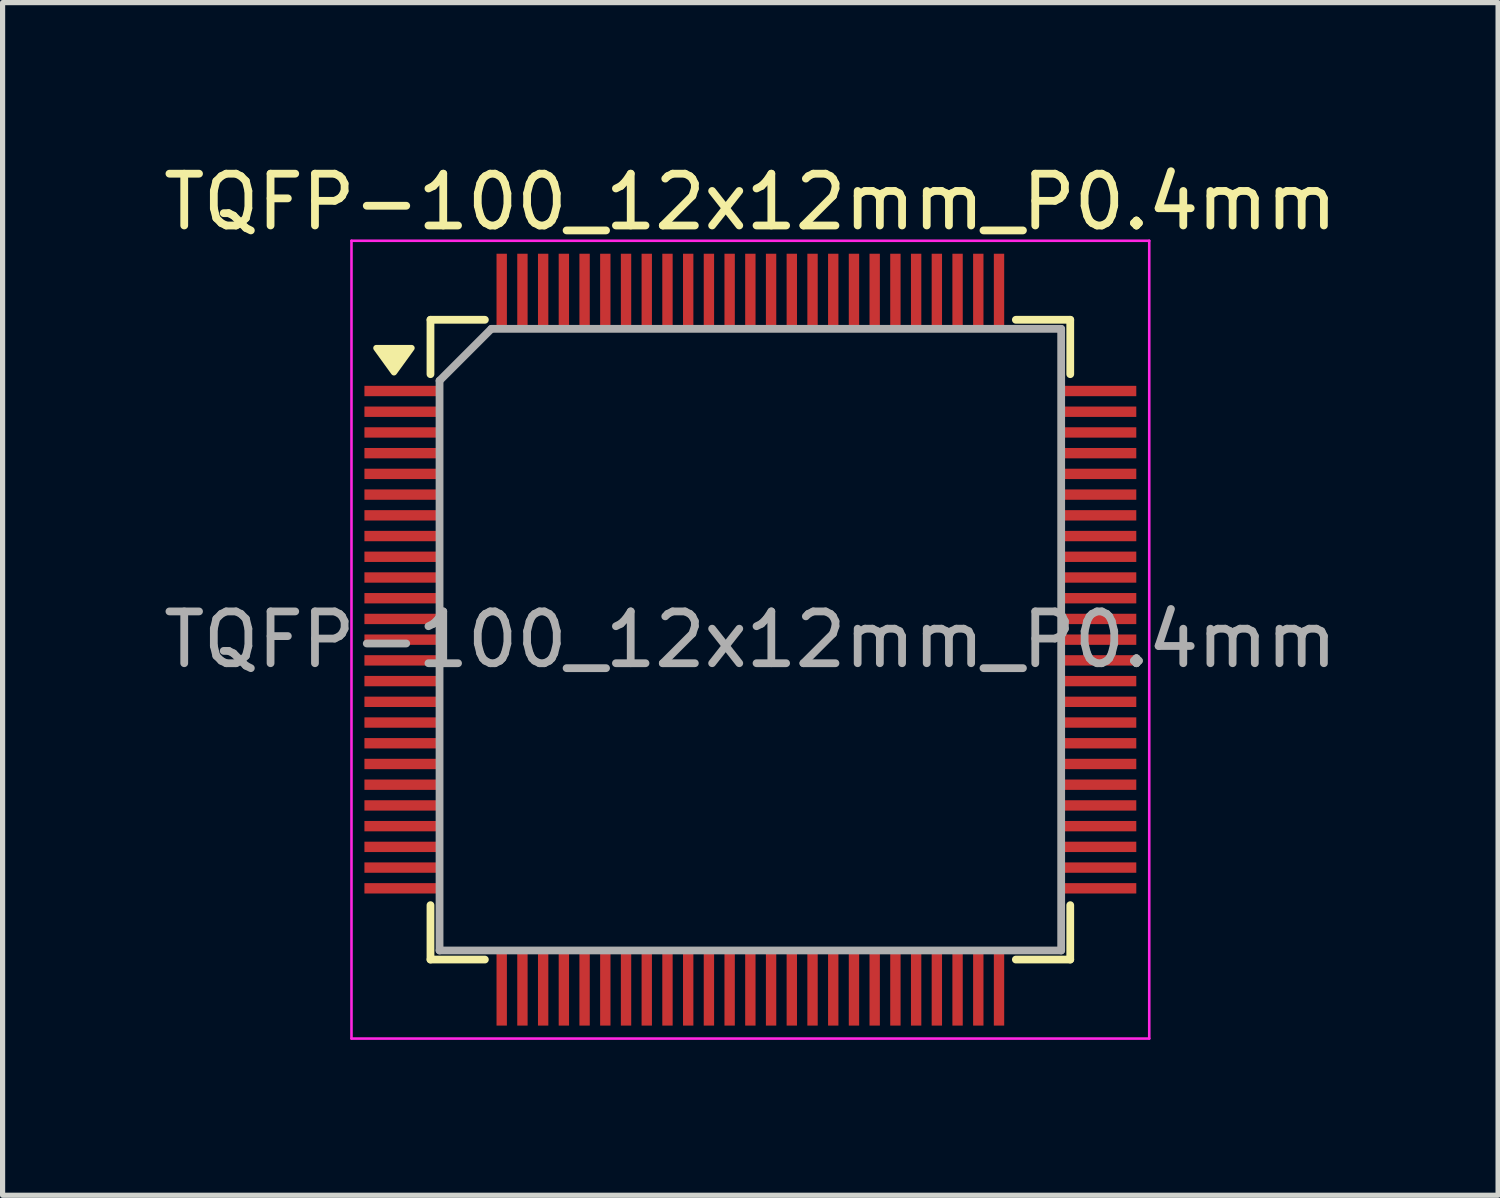
<source format=kicad_pcb>
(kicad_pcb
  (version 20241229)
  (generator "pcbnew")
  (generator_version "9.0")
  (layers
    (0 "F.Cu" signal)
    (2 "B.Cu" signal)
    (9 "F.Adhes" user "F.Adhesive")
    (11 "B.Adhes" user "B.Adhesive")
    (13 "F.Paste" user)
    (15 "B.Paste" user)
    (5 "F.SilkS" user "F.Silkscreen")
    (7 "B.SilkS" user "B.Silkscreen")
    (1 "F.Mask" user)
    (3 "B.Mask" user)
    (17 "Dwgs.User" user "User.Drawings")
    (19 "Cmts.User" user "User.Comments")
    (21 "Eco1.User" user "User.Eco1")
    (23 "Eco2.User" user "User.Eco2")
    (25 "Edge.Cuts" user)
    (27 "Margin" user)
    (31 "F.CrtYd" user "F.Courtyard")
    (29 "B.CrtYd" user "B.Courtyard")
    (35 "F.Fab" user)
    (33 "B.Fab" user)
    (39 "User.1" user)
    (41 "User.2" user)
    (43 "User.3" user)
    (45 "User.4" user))
  (footprint "TQFP-100_12x12mm_P0.4mm"
    (layer "F.Cu")
    (at 11.435 9.298)
    (property "Reference" "TQFP-100_12x12mm_P0.4mm" (at 0 -8.45 0) (layer "F.SilkS") (effects (font (size 1 1) (thickness 0.15))))
    (attr smd)
    (fp_line (start -6.175 -6.175) (end -5.125 -6.175) (stroke (width 0.15) (type solid)) (layer "F.SilkS"))
    (fp_line (start -6.175 -5.125) (end -6.175 -6.175) (stroke (width 0.15) (type solid)) (layer "F.SilkS"))
    (fp_line (start -6.175 6.175) (end -6.175 5.125) (stroke (width 0.15) (type solid)) (layer "F.SilkS"))
    (fp_line (start -6.175 6.175) (end -5.125 6.175) (stroke (width 0.15) (type solid)) (layer "F.SilkS"))
    (fp_line (start 6.175 -6.175) (end 5.125 -6.175) (stroke (width 0.15) (type solid)) (layer "F.SilkS"))
    (fp_line (start 6.175 -6.175) (end 6.175 -5.125) (stroke (width 0.15) (type solid)) (layer "F.SilkS"))
    (fp_line (start 6.175 6.175) (end 5.125 6.175) (stroke (width 0.15) (type solid)) (layer "F.SilkS"))
    (fp_line (start 6.175 6.175) (end 6.175 5.125) (stroke (width 0.15) (type solid)) (layer "F.SilkS"))
    (fp_poly (pts (xy -6.88 -5.16) (xy -7.22 -5.63) (xy -6.54 -5.63) (xy -6.88 -5.16)) (stroke (width 0.12) (type solid)) (fill yes) (layer "F.SilkS"))
    (fp_line (start -7.7 -7.7) (end -7.7 7.7) (stroke (width 0.05) (type solid)) (layer "F.CrtYd"))
    (fp_line (start -7.7 -7.7) (end 7.7 -7.7) (stroke (width 0.05) (type solid)) (layer "F.CrtYd"))
    (fp_line (start -7.7 7.7) (end 7.7 7.7) (stroke (width 0.05) (type solid)) (layer "F.CrtYd"))
    (fp_line (start 7.7 -7.7) (end 7.7 7.7) (stroke (width 0.05) (type solid)) (layer "F.CrtYd"))
    (fp_line (start -6 -5) (end -5 -6) (stroke (width 0.15) (type solid)) (layer "F.Fab"))
    (fp_line (start -6 6) (end -6 -5) (stroke (width 0.15) (type solid)) (layer "F.Fab"))
    (fp_line (start -5 -6) (end 6 -6) (stroke (width 0.15) (type solid)) (layer "F.Fab"))
    (fp_line (start 6 -6) (end 6 6) (stroke (width 0.15) (type solid)) (layer "F.Fab"))
    (fp_line (start 6 6) (end -6 6) (stroke (width 0.15) (type solid)) (layer "F.Fab"))
    (fp_text user "${REFERENCE}" (at 0 0 0) (layer "F.Fab") (effects (font (size 1 1) (thickness 0.15))))
    (pad "1" smd rect (at -6.7 -4.8) (size 1.5 0.2) (layers "F.Cu" "F.Mask" "F.Paste"))
    (pad "2" smd rect (at -6.7 -4.4) (size 1.5 0.2) (layers "F.Cu" "F.Mask" "F.Paste"))
    (pad "3" smd rect (at -6.7 -4) (size 1.5 0.2) (layers "F.Cu" "F.Mask" "F.Paste"))
    (pad "4" smd rect (at -6.7 -3.6) (size 1.5 0.2) (layers "F.Cu" "F.Mask" "F.Paste"))
    (pad "5" smd rect (at -6.7 -3.2) (size 1.5 0.2) (layers "F.Cu" "F.Mask" "F.Paste"))
    (pad "6" smd rect (at -6.7 -2.8) (size 1.5 0.2) (layers "F.Cu" "F.Mask" "F.Paste"))
    (pad "7" smd rect (at -6.7 -2.4) (size 1.5 0.2) (layers "F.Cu" "F.Mask" "F.Paste"))
    (pad "8" smd rect (at -6.7 -2) (size 1.5 0.2) (layers "F.Cu" "F.Mask" "F.Paste"))
    (pad "9" smd rect (at -6.7 -1.6) (size 1.5 0.2) (layers "F.Cu" "F.Mask" "F.Paste"))
    (pad "10" smd rect (at -6.7 -1.2) (size 1.5 0.2) (layers "F.Cu" "F.Mask" "F.Paste"))
    (pad "11" smd rect (at -6.7 -0.8) (size 1.5 0.2) (layers "F.Cu" "F.Mask" "F.Paste"))
    (pad "12" smd rect (at -6.7 -0.4) (size 1.5 0.2) (layers "F.Cu" "F.Mask" "F.Paste"))
    (pad "13" smd rect (at -6.7 0) (size 1.5 0.2) (layers "F.Cu" "F.Mask" "F.Paste"))
    (pad "14" smd rect (at -6.7 0.4) (size 1.5 0.2) (layers "F.Cu" "F.Mask" "F.Paste"))
    (pad "15" smd rect (at -6.7 0.8) (size 1.5 0.2) (layers "F.Cu" "F.Mask" "F.Paste"))
    (pad "16" smd rect (at -6.7 1.2) (size 1.5 0.2) (layers "F.Cu" "F.Mask" "F.Paste"))
    (pad "17" smd rect (at -6.7 1.6) (size 1.5 0.2) (layers "F.Cu" "F.Mask" "F.Paste"))
    (pad "18" smd rect (at -6.7 2) (size 1.5 0.2) (layers "F.Cu" "F.Mask" "F.Paste"))
    (pad "19" smd rect (at -6.7 2.4) (size 1.5 0.2) (layers "F.Cu" "F.Mask" "F.Paste"))
    (pad "20" smd rect (at -6.7 2.8) (size 1.5 0.2) (layers "F.Cu" "F.Mask" "F.Paste"))
    (pad "21" smd rect (at -6.7 3.2) (size 1.5 0.2) (layers "F.Cu" "F.Mask" "F.Paste"))
    (pad "22" smd rect (at -6.7 3.6) (size 1.5 0.2) (layers "F.Cu" "F.Mask" "F.Paste"))
    (pad "23" smd rect (at -6.7 4) (size 1.5 0.2) (layers "F.Cu" "F.Mask" "F.Paste"))
    (pad "24" smd rect (at -6.7 4.4) (size 1.5 0.2) (layers "F.Cu" "F.Mask" "F.Paste"))
    (pad "25" smd rect (at -6.7 4.8) (size 1.5 0.2) (layers "F.Cu" "F.Mask" "F.Paste"))
    (pad "26" smd rect (at -4.8 6.7 90) (size 1.5 0.2) (layers "F.Cu" "F.Mask" "F.Paste"))
    (pad "27" smd rect (at -4.4 6.7 90) (size 1.5 0.2) (layers "F.Cu" "F.Mask" "F.Paste"))
    (pad "28" smd rect (at -4 6.7 90) (size 1.5 0.2) (layers "F.Cu" "F.Mask" "F.Paste"))
    (pad "29" smd rect (at -3.6 6.7 90) (size 1.5 0.2) (layers "F.Cu" "F.Mask" "F.Paste"))
    (pad "30" smd rect (at -3.2 6.7 90) (size 1.5 0.2) (layers "F.Cu" "F.Mask" "F.Paste"))
    (pad "31" smd rect (at -2.8 6.7 90) (size 1.5 0.2) (layers "F.Cu" "F.Mask" "F.Paste"))
    (pad "32" smd rect (at -2.4 6.7 90) (size 1.5 0.2) (layers "F.Cu" "F.Mask" "F.Paste"))
    (pad "33" smd rect (at -2 6.7 90) (size 1.5 0.2) (layers "F.Cu" "F.Mask" "F.Paste"))
    (pad "34" smd rect (at -1.6 6.7 90) (size 1.5 0.2) (layers "F.Cu" "F.Mask" "F.Paste"))
    (pad "35" smd rect (at -1.2 6.7 90) (size 1.5 0.2) (layers "F.Cu" "F.Mask" "F.Paste"))
    (pad "36" smd rect (at -0.8 6.7 90) (size 1.5 0.2) (layers "F.Cu" "F.Mask" "F.Paste"))
    (pad "37" smd rect (at -0.4 6.7 90) (size 1.5 0.2) (layers "F.Cu" "F.Mask" "F.Paste"))
    (pad "38" smd rect (at 0 6.7 90) (size 1.5 0.2) (layers "F.Cu" "F.Mask" "F.Paste"))
    (pad "39" smd rect (at 0.4 6.7 90) (size 1.5 0.2) (layers "F.Cu" "F.Mask" "F.Paste"))
    (pad "40" smd rect (at 0.8 6.7 90) (size 1.5 0.2) (layers "F.Cu" "F.Mask" "F.Paste"))
    (pad "41" smd rect (at 1.2 6.7 90) (size 1.5 0.2) (layers "F.Cu" "F.Mask" "F.Paste"))
    (pad "42" smd rect (at 1.6 6.7 90) (size 1.5 0.2) (layers "F.Cu" "F.Mask" "F.Paste"))
    (pad "43" smd rect (at 2 6.7 90) (size 1.5 0.2) (layers "F.Cu" "F.Mask" "F.Paste"))
    (pad "44" smd rect (at 2.4 6.7 90) (size 1.5 0.2) (layers "F.Cu" "F.Mask" "F.Paste"))
    (pad "45" smd rect (at 2.8 6.7 90) (size 1.5 0.2) (layers "F.Cu" "F.Mask" "F.Paste"))
    (pad "46" smd rect (at 3.2 6.7 90) (size 1.5 0.2) (layers "F.Cu" "F.Mask" "F.Paste"))
    (pad "47" smd rect (at 3.6 6.7 90) (size 1.5 0.2) (layers "F.Cu" "F.Mask" "F.Paste"))
    (pad "48" smd rect (at 4 6.7 90) (size 1.5 0.2) (layers "F.Cu" "F.Mask" "F.Paste"))
    (pad "49" smd rect (at 4.4 6.7 90) (size 1.5 0.2) (layers "F.Cu" "F.Mask" "F.Paste"))
    (pad "50" smd rect (at 4.8 6.7 90) (size 1.5 0.2) (layers "F.Cu" "F.Mask" "F.Paste"))
    (pad "51" smd rect (at 6.7 4.8) (size 1.5 0.2) (layers "F.Cu" "F.Mask" "F.Paste"))
    (pad "52" smd rect (at 6.7 4.4) (size 1.5 0.2) (layers "F.Cu" "F.Mask" "F.Paste"))
    (pad "53" smd rect (at 6.7 4) (size 1.5 0.2) (layers "F.Cu" "F.Mask" "F.Paste"))
    (pad "54" smd rect (at 6.7 3.6) (size 1.5 0.2) (layers "F.Cu" "F.Mask" "F.Paste"))
    (pad "55" smd rect (at 6.7 3.2) (size 1.5 0.2) (layers "F.Cu" "F.Mask" "F.Paste"))
    (pad "56" smd rect (at 6.7 2.8) (size 1.5 0.2) (layers "F.Cu" "F.Mask" "F.Paste"))
    (pad "57" smd rect (at 6.7 2.4) (size 1.5 0.2) (layers "F.Cu" "F.Mask" "F.Paste"))
    (pad "58" smd rect (at 6.7 2) (size 1.5 0.2) (layers "F.Cu" "F.Mask" "F.Paste"))
    (pad "59" smd rect (at 6.7 1.6) (size 1.5 0.2) (layers "F.Cu" "F.Mask" "F.Paste"))
    (pad "60" smd rect (at 6.7 1.2) (size 1.5 0.2) (layers "F.Cu" "F.Mask" "F.Paste"))
    (pad "61" smd rect (at 6.7 0.8) (size 1.5 0.2) (layers "F.Cu" "F.Mask" "F.Paste"))
    (pad "62" smd rect (at 6.7 0.4) (size 1.5 0.2) (layers "F.Cu" "F.Mask" "F.Paste"))
    (pad "63" smd rect (at 6.7 0) (size 1.5 0.2) (layers "F.Cu" "F.Mask" "F.Paste"))
    (pad "64" smd rect (at 6.7 -0.4) (size 1.5 0.2) (layers "F.Cu" "F.Mask" "F.Paste"))
    (pad "65" smd rect (at 6.7 -0.8) (size 1.5 0.2) (layers "F.Cu" "F.Mask" "F.Paste"))
    (pad "66" smd rect (at 6.7 -1.2) (size 1.5 0.2) (layers "F.Cu" "F.Mask" "F.Paste"))
    (pad "67" smd rect (at 6.7 -1.6) (size 1.5 0.2) (layers "F.Cu" "F.Mask" "F.Paste"))
    (pad "68" smd rect (at 6.7 -2) (size 1.5 0.2) (layers "F.Cu" "F.Mask" "F.Paste"))
    (pad "69" smd rect (at 6.7 -2.4) (size 1.5 0.2) (layers "F.Cu" "F.Mask" "F.Paste"))
    (pad "70" smd rect (at 6.7 -2.8) (size 1.5 0.2) (layers "F.Cu" "F.Mask" "F.Paste"))
    (pad "71" smd rect (at 6.7 -3.2) (size 1.5 0.2) (layers "F.Cu" "F.Mask" "F.Paste"))
    (pad "72" smd rect (at 6.7 -3.6) (size 1.5 0.2) (layers "F.Cu" "F.Mask" "F.Paste"))
    (pad "73" smd rect (at 6.7 -4) (size 1.5 0.2) (layers "F.Cu" "F.Mask" "F.Paste"))
    (pad "74" smd rect (at 6.7 -4.4) (size 1.5 0.2) (layers "F.Cu" "F.Mask" "F.Paste"))
    (pad "75" smd rect (at 6.7 -4.8) (size 1.5 0.2) (layers "F.Cu" "F.Mask" "F.Paste"))
    (pad "76" smd rect (at 4.8 -6.7 90) (size 1.5 0.2) (layers "F.Cu" "F.Mask" "F.Paste"))
    (pad "77" smd rect (at 4.4 -6.7 90) (size 1.5 0.2) (layers "F.Cu" "F.Mask" "F.Paste"))
    (pad "78" smd rect (at 4 -6.7 90) (size 1.5 0.2) (layers "F.Cu" "F.Mask" "F.Paste"))
    (pad "79" smd rect (at 3.6 -6.7 90) (size 1.5 0.2) (layers "F.Cu" "F.Mask" "F.Paste"))
    (pad "80" smd rect (at 3.2 -6.7 90) (size 1.5 0.2) (layers "F.Cu" "F.Mask" "F.Paste"))
    (pad "81" smd rect (at 2.8 -6.7 90) (size 1.5 0.2) (layers "F.Cu" "F.Mask" "F.Paste"))
    (pad "82" smd rect (at 2.4 -6.7 90) (size 1.5 0.2) (layers "F.Cu" "F.Mask" "F.Paste"))
    (pad "83" smd rect (at 2 -6.7 90) (size 1.5 0.2) (layers "F.Cu" "F.Mask" "F.Paste"))
    (pad "84" smd rect (at 1.6 -6.7 90) (size 1.5 0.2) (layers "F.Cu" "F.Mask" "F.Paste"))
    (pad "85" smd rect (at 1.2 -6.7 90) (size 1.5 0.2) (layers "F.Cu" "F.Mask" "F.Paste"))
    (pad "86" smd rect (at 0.8 -6.7 90) (size 1.5 0.2) (layers "F.Cu" "F.Mask" "F.Paste"))
    (pad "87" smd rect (at 0.4 -6.7 90) (size 1.5 0.2) (layers "F.Cu" "F.Mask" "F.Paste"))
    (pad "88" smd rect (at 0 -6.7 90) (size 1.5 0.2) (layers "F.Cu" "F.Mask" "F.Paste"))
    (pad "89" smd rect (at -0.4 -6.7 90) (size 1.5 0.2) (layers "F.Cu" "F.Mask" "F.Paste"))
    (pad "90" smd rect (at -0.8 -6.7 90) (size 1.5 0.2) (layers "F.Cu" "F.Mask" "F.Paste"))
    (pad "91" smd rect (at -1.2 -6.7 90) (size 1.5 0.2) (layers "F.Cu" "F.Mask" "F.Paste"))
    (pad "92" smd rect (at -1.6 -6.7 90) (size 1.5 0.2) (layers "F.Cu" "F.Mask" "F.Paste"))
    (pad "93" smd rect (at -2 -6.7 90) (size 1.5 0.2) (layers "F.Cu" "F.Mask" "F.Paste"))
    (pad "94" smd rect (at -2.4 -6.7 90) (size 1.5 0.2) (layers "F.Cu" "F.Mask" "F.Paste"))
    (pad "95" smd rect (at -2.8 -6.7 90) (size 1.5 0.2) (layers "F.Cu" "F.Mask" "F.Paste"))
    (pad "96" smd rect (at -3.2 -6.7 90) (size 1.5 0.2) (layers "F.Cu" "F.Mask" "F.Paste"))
    (pad "97" smd rect (at -3.6 -6.7 90) (size 1.5 0.2) (layers "F.Cu" "F.Mask" "F.Paste"))
    (pad "98" smd rect (at -4 -6.7 90) (size 1.5 0.2) (layers "F.Cu" "F.Mask" "F.Paste"))
    (pad "99" smd rect (at -4.4 -6.7 90) (size 1.5 0.2) (layers "F.Cu" "F.Mask" "F.Paste"))
    (pad "100" smd rect (at -4.8 -6.7 90) (size 1.5 0.2) (layers "F.Cu" "F.Mask" "F.Paste")))
  (gr_rect
    (start -3 -3)
    (end 25.869 20.023)
    (stroke (width 0.1) (type default))
    (fill no)
    (layer "Edge.Cuts")))
</source>
